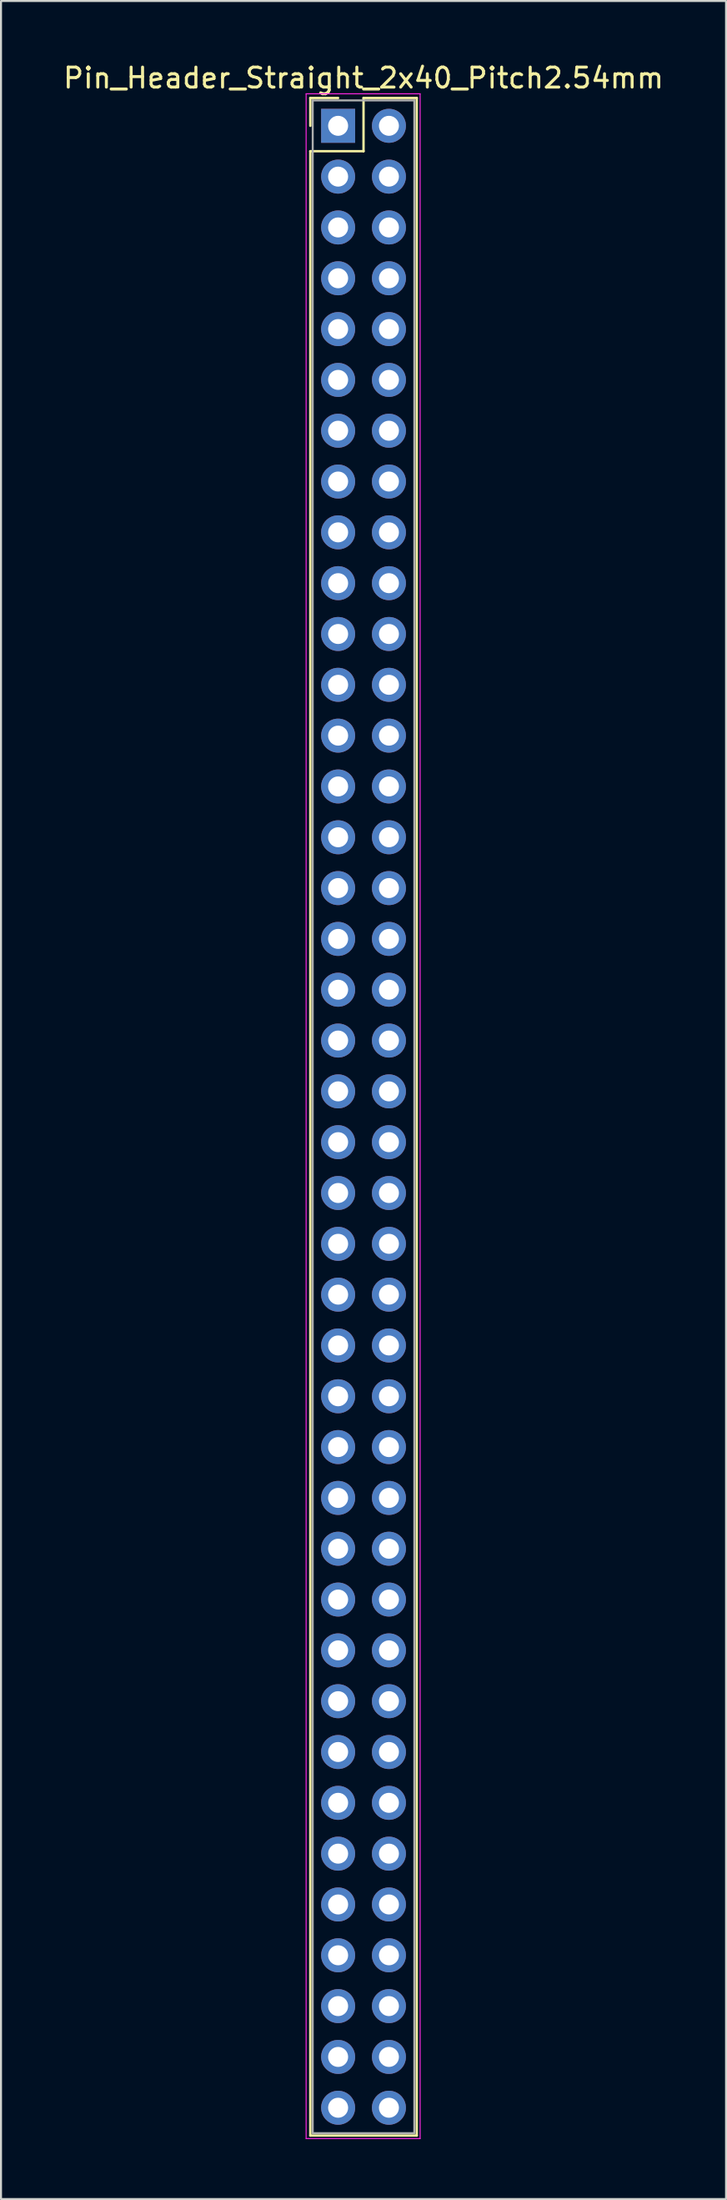
<source format=kicad_pcb>
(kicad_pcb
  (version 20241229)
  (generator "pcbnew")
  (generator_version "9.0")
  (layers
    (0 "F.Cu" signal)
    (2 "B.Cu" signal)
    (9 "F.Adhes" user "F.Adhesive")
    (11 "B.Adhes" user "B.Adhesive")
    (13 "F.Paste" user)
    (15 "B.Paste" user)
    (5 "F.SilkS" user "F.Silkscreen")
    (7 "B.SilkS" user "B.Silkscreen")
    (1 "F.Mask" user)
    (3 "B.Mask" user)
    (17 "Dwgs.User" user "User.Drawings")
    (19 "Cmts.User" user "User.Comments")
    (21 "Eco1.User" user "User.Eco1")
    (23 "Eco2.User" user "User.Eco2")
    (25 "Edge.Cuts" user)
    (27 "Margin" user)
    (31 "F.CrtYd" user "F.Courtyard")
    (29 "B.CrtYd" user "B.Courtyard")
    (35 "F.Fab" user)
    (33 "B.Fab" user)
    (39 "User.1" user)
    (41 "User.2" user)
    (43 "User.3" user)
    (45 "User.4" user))
  (footprint "Pin_Header_Straight_2x40_Pitch2.54mm"
    (layer "F.Cu")
    (at 13.855 3.238)
    (property "Reference" "Pin_Header_Straight_2x40_Pitch2.54mm" (at 1.27 -2.39 0) (layer "F.SilkS") (effects (font (size 1 1) (thickness 0.15))))
    (attr through_hole)
    (fp_line (start -1.39 -1.39) (end 0 -1.39) (stroke (width 0.12) (type solid)) (layer "F.SilkS"))
    (fp_line (start -1.39 0) (end -1.39 -1.39) (stroke (width 0.12) (type solid)) (layer "F.SilkS"))
    (fp_line (start -1.39 1.27) (end -1.39 100.45) (stroke (width 0.12) (type solid)) (layer "F.SilkS"))
    (fp_line (start -1.39 100.45) (end 3.93 100.45) (stroke (width 0.12) (type solid)) (layer "F.SilkS"))
    (fp_line (start 1.27 -1.39) (end 1.27 1.27) (stroke (width 0.12) (type solid)) (layer "F.SilkS"))
    (fp_line (start 1.27 1.27) (end -1.39 1.27) (stroke (width 0.12) (type solid)) (layer "F.SilkS"))
    (fp_line (start 3.93 -1.39) (end 1.27 -1.39) (stroke (width 0.12) (type solid)) (layer "F.SilkS"))
    (fp_line (start 3.93 100.45) (end 3.93 -1.39) (stroke (width 0.12) (type solid)) (layer "F.SilkS"))
    (fp_line (start -1.6 -1.6) (end -1.6 100.6) (stroke (width 0.05) (type solid)) (layer "F.CrtYd"))
    (fp_line (start -1.6 100.6) (end 4.1 100.6) (stroke (width 0.05) (type solid)) (layer "F.CrtYd"))
    (fp_line (start 4.1 -1.6) (end -1.6 -1.6) (stroke (width 0.05) (type solid)) (layer "F.CrtYd"))
    (fp_line (start 4.1 100.6) (end 4.1 -1.6) (stroke (width 0.05) (type solid)) (layer "F.CrtYd"))
    (fp_line (start -1.27 -1.27) (end -1.27 100.33) (stroke (width 0.1) (type solid)) (layer "F.Fab"))
    (fp_line (start -1.27 100.33) (end 3.81 100.33) (stroke (width 0.1) (type solid)) (layer "F.Fab"))
    (fp_line (start 3.81 -1.27) (end -1.27 -1.27) (stroke (width 0.1) (type solid)) (layer "F.Fab"))
    (fp_line (start 3.81 100.33) (end 3.81 -1.27) (stroke (width 0.1) (type solid)) (layer "F.Fab"))
    (pad "1" thru_hole rect (at 0 0) (size 1.7 1.7) (drill 1) (layers "*.Cu" "*.Mask"))
    (pad "2" thru_hole oval (at 2.54 0) (size 1.7 1.7) (drill 1) (layers "*.Cu" "*.Mask"))
    (pad "3" thru_hole oval (at 0 2.54) (size 1.7 1.7) (drill 1) (layers "*.Cu" "*.Mask"))
    (pad "4" thru_hole oval (at 2.54 2.54) (size 1.7 1.7) (drill 1) (layers "*.Cu" "*.Mask"))
    (pad "5" thru_hole oval (at 0 5.08) (size 1.7 1.7) (drill 1) (layers "*.Cu" "*.Mask"))
    (pad "6" thru_hole oval (at 2.54 5.08) (size 1.7 1.7) (drill 1) (layers "*.Cu" "*.Mask"))
    (pad "7" thru_hole oval (at 0 7.62) (size 1.7 1.7) (drill 1) (layers "*.Cu" "*.Mask"))
    (pad "8" thru_hole oval (at 2.54 7.62) (size 1.7 1.7) (drill 1) (layers "*.Cu" "*.Mask"))
    (pad "9" thru_hole oval (at 0 10.16) (size 1.7 1.7) (drill 1) (layers "*.Cu" "*.Mask"))
    (pad "10" thru_hole oval (at 2.54 10.16) (size 1.7 1.7) (drill 1) (layers "*.Cu" "*.Mask"))
    (pad "11" thru_hole oval (at 0 12.7) (size 1.7 1.7) (drill 1) (layers "*.Cu" "*.Mask"))
    (pad "12" thru_hole oval (at 2.54 12.7) (size 1.7 1.7) (drill 1) (layers "*.Cu" "*.Mask"))
    (pad "13" thru_hole oval (at 0 15.24) (size 1.7 1.7) (drill 1) (layers "*.Cu" "*.Mask"))
    (pad "14" thru_hole oval (at 2.54 15.24) (size 1.7 1.7) (drill 1) (layers "*.Cu" "*.Mask"))
    (pad "15" thru_hole oval (at 0 17.78) (size 1.7 1.7) (drill 1) (layers "*.Cu" "*.Mask"))
    (pad "16" thru_hole oval (at 2.54 17.78) (size 1.7 1.7) (drill 1) (layers "*.Cu" "*.Mask"))
    (pad "17" thru_hole oval (at 0 20.32) (size 1.7 1.7) (drill 1) (layers "*.Cu" "*.Mask"))
    (pad "18" thru_hole oval (at 2.54 20.32) (size 1.7 1.7) (drill 1) (layers "*.Cu" "*.Mask"))
    (pad "19" thru_hole oval (at 0 22.86) (size 1.7 1.7) (drill 1) (layers "*.Cu" "*.Mask"))
    (pad "20" thru_hole oval (at 2.54 22.86) (size 1.7 1.7) (drill 1) (layers "*.Cu" "*.Mask"))
    (pad "21" thru_hole oval (at 0 25.4) (size 1.7 1.7) (drill 1) (layers "*.Cu" "*.Mask"))
    (pad "22" thru_hole oval (at 2.54 25.4) (size 1.7 1.7) (drill 1) (layers "*.Cu" "*.Mask"))
    (pad "23" thru_hole oval (at 0 27.94) (size 1.7 1.7) (drill 1) (layers "*.Cu" "*.Mask"))
    (pad "24" thru_hole oval (at 2.54 27.94) (size 1.7 1.7) (drill 1) (layers "*.Cu" "*.Mask"))
    (pad "25" thru_hole oval (at 0 30.48) (size 1.7 1.7) (drill 1) (layers "*.Cu" "*.Mask"))
    (pad "26" thru_hole oval (at 2.54 30.48) (size 1.7 1.7) (drill 1) (layers "*.Cu" "*.Mask"))
    (pad "27" thru_hole oval (at 0 33.02) (size 1.7 1.7) (drill 1) (layers "*.Cu" "*.Mask"))
    (pad "28" thru_hole oval (at 2.54 33.02) (size 1.7 1.7) (drill 1) (layers "*.Cu" "*.Mask"))
    (pad "29" thru_hole oval (at 0 35.56) (size 1.7 1.7) (drill 1) (layers "*.Cu" "*.Mask"))
    (pad "30" thru_hole oval (at 2.54 35.56) (size 1.7 1.7) (drill 1) (layers "*.Cu" "*.Mask"))
    (pad "31" thru_hole oval (at 0 38.1) (size 1.7 1.7) (drill 1) (layers "*.Cu" "*.Mask"))
    (pad "32" thru_hole oval (at 2.54 38.1) (size 1.7 1.7) (drill 1) (layers "*.Cu" "*.Mask"))
    (pad "33" thru_hole oval (at 0 40.64) (size 1.7 1.7) (drill 1) (layers "*.Cu" "*.Mask"))
    (pad "34" thru_hole oval (at 2.54 40.64) (size 1.7 1.7) (drill 1) (layers "*.Cu" "*.Mask"))
    (pad "35" thru_hole oval (at 0 43.18) (size 1.7 1.7) (drill 1) (layers "*.Cu" "*.Mask"))
    (pad "36" thru_hole oval (at 2.54 43.18) (size 1.7 1.7) (drill 1) (layers "*.Cu" "*.Mask"))
    (pad "37" thru_hole oval (at 0 45.72) (size 1.7 1.7) (drill 1) (layers "*.Cu" "*.Mask"))
    (pad "38" thru_hole oval (at 2.54 45.72) (size 1.7 1.7) (drill 1) (layers "*.Cu" "*.Mask"))
    (pad "39" thru_hole oval (at 0 48.26) (size 1.7 1.7) (drill 1) (layers "*.Cu" "*.Mask"))
    (pad "40" thru_hole oval (at 2.54 48.26) (size 1.7 1.7) (drill 1) (layers "*.Cu" "*.Mask"))
    (pad "41" thru_hole oval (at 0 50.8) (size 1.7 1.7) (drill 1) (layers "*.Cu" "*.Mask"))
    (pad "42" thru_hole oval (at 2.54 50.8) (size 1.7 1.7) (drill 1) (layers "*.Cu" "*.Mask"))
    (pad "43" thru_hole oval (at 0 53.34) (size 1.7 1.7) (drill 1) (layers "*.Cu" "*.Mask"))
    (pad "44" thru_hole oval (at 2.54 53.34) (size 1.7 1.7) (drill 1) (layers "*.Cu" "*.Mask"))
    (pad "45" thru_hole oval (at 0 55.88) (size 1.7 1.7) (drill 1) (layers "*.Cu" "*.Mask"))
    (pad "46" thru_hole oval (at 2.54 55.88) (size 1.7 1.7) (drill 1) (layers "*.Cu" "*.Mask"))
    (pad "47" thru_hole oval (at 0 58.42) (size 1.7 1.7) (drill 1) (layers "*.Cu" "*.Mask"))
    (pad "48" thru_hole oval (at 2.54 58.42) (size 1.7 1.7) (drill 1) (layers "*.Cu" "*.Mask"))
    (pad "49" thru_hole oval (at 0 60.96) (size 1.7 1.7) (drill 1) (layers "*.Cu" "*.Mask"))
    (pad "50" thru_hole oval (at 2.54 60.96) (size 1.7 1.7) (drill 1) (layers "*.Cu" "*.Mask"))
    (pad "51" thru_hole oval (at 0 63.5) (size 1.7 1.7) (drill 1) (layers "*.Cu" "*.Mask"))
    (pad "52" thru_hole oval (at 2.54 63.5) (size 1.7 1.7) (drill 1) (layers "*.Cu" "*.Mask"))
    (pad "53" thru_hole oval (at 0 66.04) (size 1.7 1.7) (drill 1) (layers "*.Cu" "*.Mask"))
    (pad "54" thru_hole oval (at 2.54 66.04) (size 1.7 1.7) (drill 1) (layers "*.Cu" "*.Mask"))
    (pad "55" thru_hole oval (at 0 68.58) (size 1.7 1.7) (drill 1) (layers "*.Cu" "*.Mask"))
    (pad "56" thru_hole oval (at 2.54 68.58) (size 1.7 1.7) (drill 1) (layers "*.Cu" "*.Mask"))
    (pad "57" thru_hole oval (at 0 71.12) (size 1.7 1.7) (drill 1) (layers "*.Cu" "*.Mask"))
    (pad "58" thru_hole oval (at 2.54 71.12) (size 1.7 1.7) (drill 1) (layers "*.Cu" "*.Mask"))
    (pad "59" thru_hole oval (at 0 73.66) (size 1.7 1.7) (drill 1) (layers "*.Cu" "*.Mask"))
    (pad "60" thru_hole oval (at 2.54 73.66) (size 1.7 1.7) (drill 1) (layers "*.Cu" "*.Mask"))
    (pad "61" thru_hole oval (at 0 76.2) (size 1.7 1.7) (drill 1) (layers "*.Cu" "*.Mask"))
    (pad "62" thru_hole oval (at 2.54 76.2) (size 1.7 1.7) (drill 1) (layers "*.Cu" "*.Mask"))
    (pad "63" thru_hole oval (at 0 78.74) (size 1.7 1.7) (drill 1) (layers "*.Cu" "*.Mask"))
    (pad "64" thru_hole oval (at 2.54 78.74) (size 1.7 1.7) (drill 1) (layers "*.Cu" "*.Mask"))
    (pad "65" thru_hole oval (at 0 81.28) (size 1.7 1.7) (drill 1) (layers "*.Cu" "*.Mask"))
    (pad "66" thru_hole oval (at 2.54 81.28) (size 1.7 1.7) (drill 1) (layers "*.Cu" "*.Mask"))
    (pad "67" thru_hole oval (at 0 83.82) (size 1.7 1.7) (drill 1) (layers "*.Cu" "*.Mask"))
    (pad "68" thru_hole oval (at 2.54 83.82) (size 1.7 1.7) (drill 1) (layers "*.Cu" "*.Mask"))
    (pad "69" thru_hole oval (at 0 86.36) (size 1.7 1.7) (drill 1) (layers "*.Cu" "*.Mask"))
    (pad "70" thru_hole oval (at 2.54 86.36) (size 1.7 1.7) (drill 1) (layers "*.Cu" "*.Mask"))
    (pad "71" thru_hole oval (at 0 88.9) (size 1.7 1.7) (drill 1) (layers "*.Cu" "*.Mask"))
    (pad "72" thru_hole oval (at 2.54 88.9) (size 1.7 1.7) (drill 1) (layers "*.Cu" "*.Mask"))
    (pad "73" thru_hole oval (at 0 91.44) (size 1.7 1.7) (drill 1) (layers "*.Cu" "*.Mask"))
    (pad "74" thru_hole oval (at 2.54 91.44) (size 1.7 1.7) (drill 1) (layers "*.Cu" "*.Mask"))
    (pad "75" thru_hole oval (at 0 93.98) (size 1.7 1.7) (drill 1) (layers "*.Cu" "*.Mask"))
    (pad "76" thru_hole oval (at 2.54 93.98) (size 1.7 1.7) (drill 1) (layers "*.Cu" "*.Mask"))
    (pad "77" thru_hole oval (at 0 96.52) (size 1.7 1.7) (drill 1) (layers "*.Cu" "*.Mask"))
    (pad "78" thru_hole oval (at 2.54 96.52) (size 1.7 1.7) (drill 1) (layers "*.Cu" "*.Mask"))
    (pad "79" thru_hole oval (at 0 99.06) (size 1.7 1.7) (drill 1) (layers "*.Cu" "*.Mask"))
    (pad "80" thru_hole oval (at 2.54 99.06) (size 1.7 1.7) (drill 1) (layers "*.Cu" "*.Mask")))
  (gr_rect
    (start -3 -3)
    (end 33.25 106.863)
    (stroke (width 0.1) (type default))
    (fill no)
    (layer "Edge.Cuts")))
</source>
